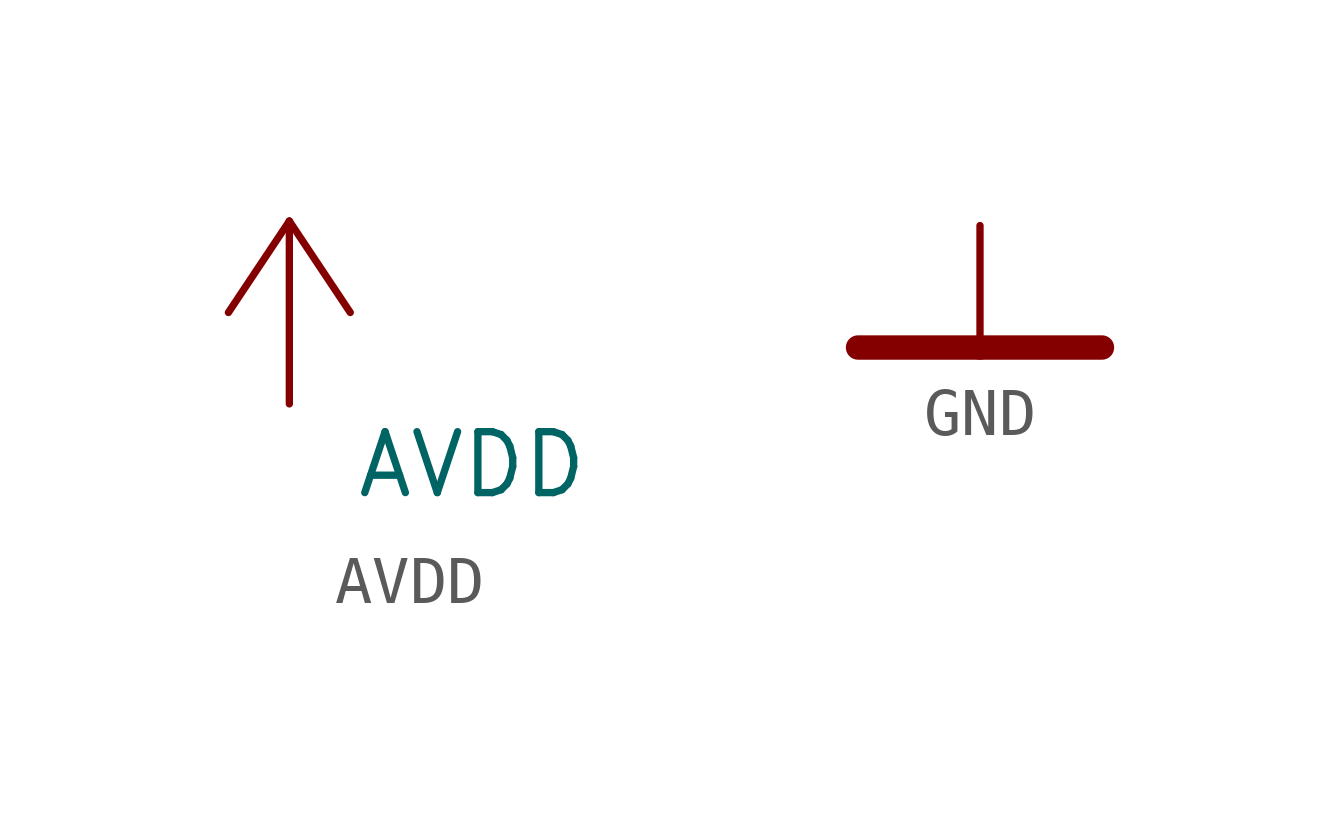
<source format=kicad_sym>
(kicad_symbol_lib
  (version 20211014)
  (generator kicad_symbol_editor)
  (symbol "AVDD"
    (power)
    (pin_names
      (offset 0) hide)
    (property "Reference" "#PWR"
      (at 3.81 -3.81 0)
      (effects (font (size 1.27 1.27)) hide))
    (property "Value" "AVDD"
      (at 3.81 -1.27 0)
      (effects (font (size 1.27 1.27))))
    (symbol "AVDD_0_1"
      (polyline (pts (xy 0 3.81) (xy -1.27 1.905)) (stroke (width 0) (type default) (color 0 0 0 0)) (fill (type none)))
      (polyline (pts (xy 0 3.81) (xy 0 0)) (stroke (width 0) (type default) (color 0 0 0 0)) (fill (type none)))
      (polyline (pts (xy 0 3.81) (xy 1.27 1.905)) (stroke (width 0) (type default) (color 0 0 0 0)) (fill (type none))))
    (symbol "AVDD_1_1"
      (pin power_in line (at 0 0 90) (length 0) hide (name "AVDD" (effects (font (size 1.27 1.27)))) (number "1" (effects (font (size 1.27 1.27)))))))
  (symbol "GND"
    (power)
    (pin_names
      (offset 0) hide)
    (property "Reference" "#PWR"
      (at -0.254 -5.842 0)
      (effects (font (size 1.27 1.27)) hide))
    (symbol "GND_0_1"
      (polyline (pts (xy 0 -2.54) (xy -2.54 -2.54)) (stroke (width 0.508) (type default) (color 0 0 0 0)) (fill (type none)))
      (polyline (pts (xy 0 -2.54) (xy 2.54 -2.54)) (stroke (width 0.508) (type default) (color 0 0 0 0)) (fill (type none)))
      (polyline (pts (xy 0 0) (xy 0 -2.54)) (stroke (width 0) (type default) (color 0 0 0 0)) (fill (type none))))
    (symbol "GND_1_1"
      (pin power_in line (at 0 0 270) (length 0) hide (name "GND" (effects (font (size 1.27 1.27)))) (number "1" (effects (font (size 1.27 1.27))))))))
</source>
